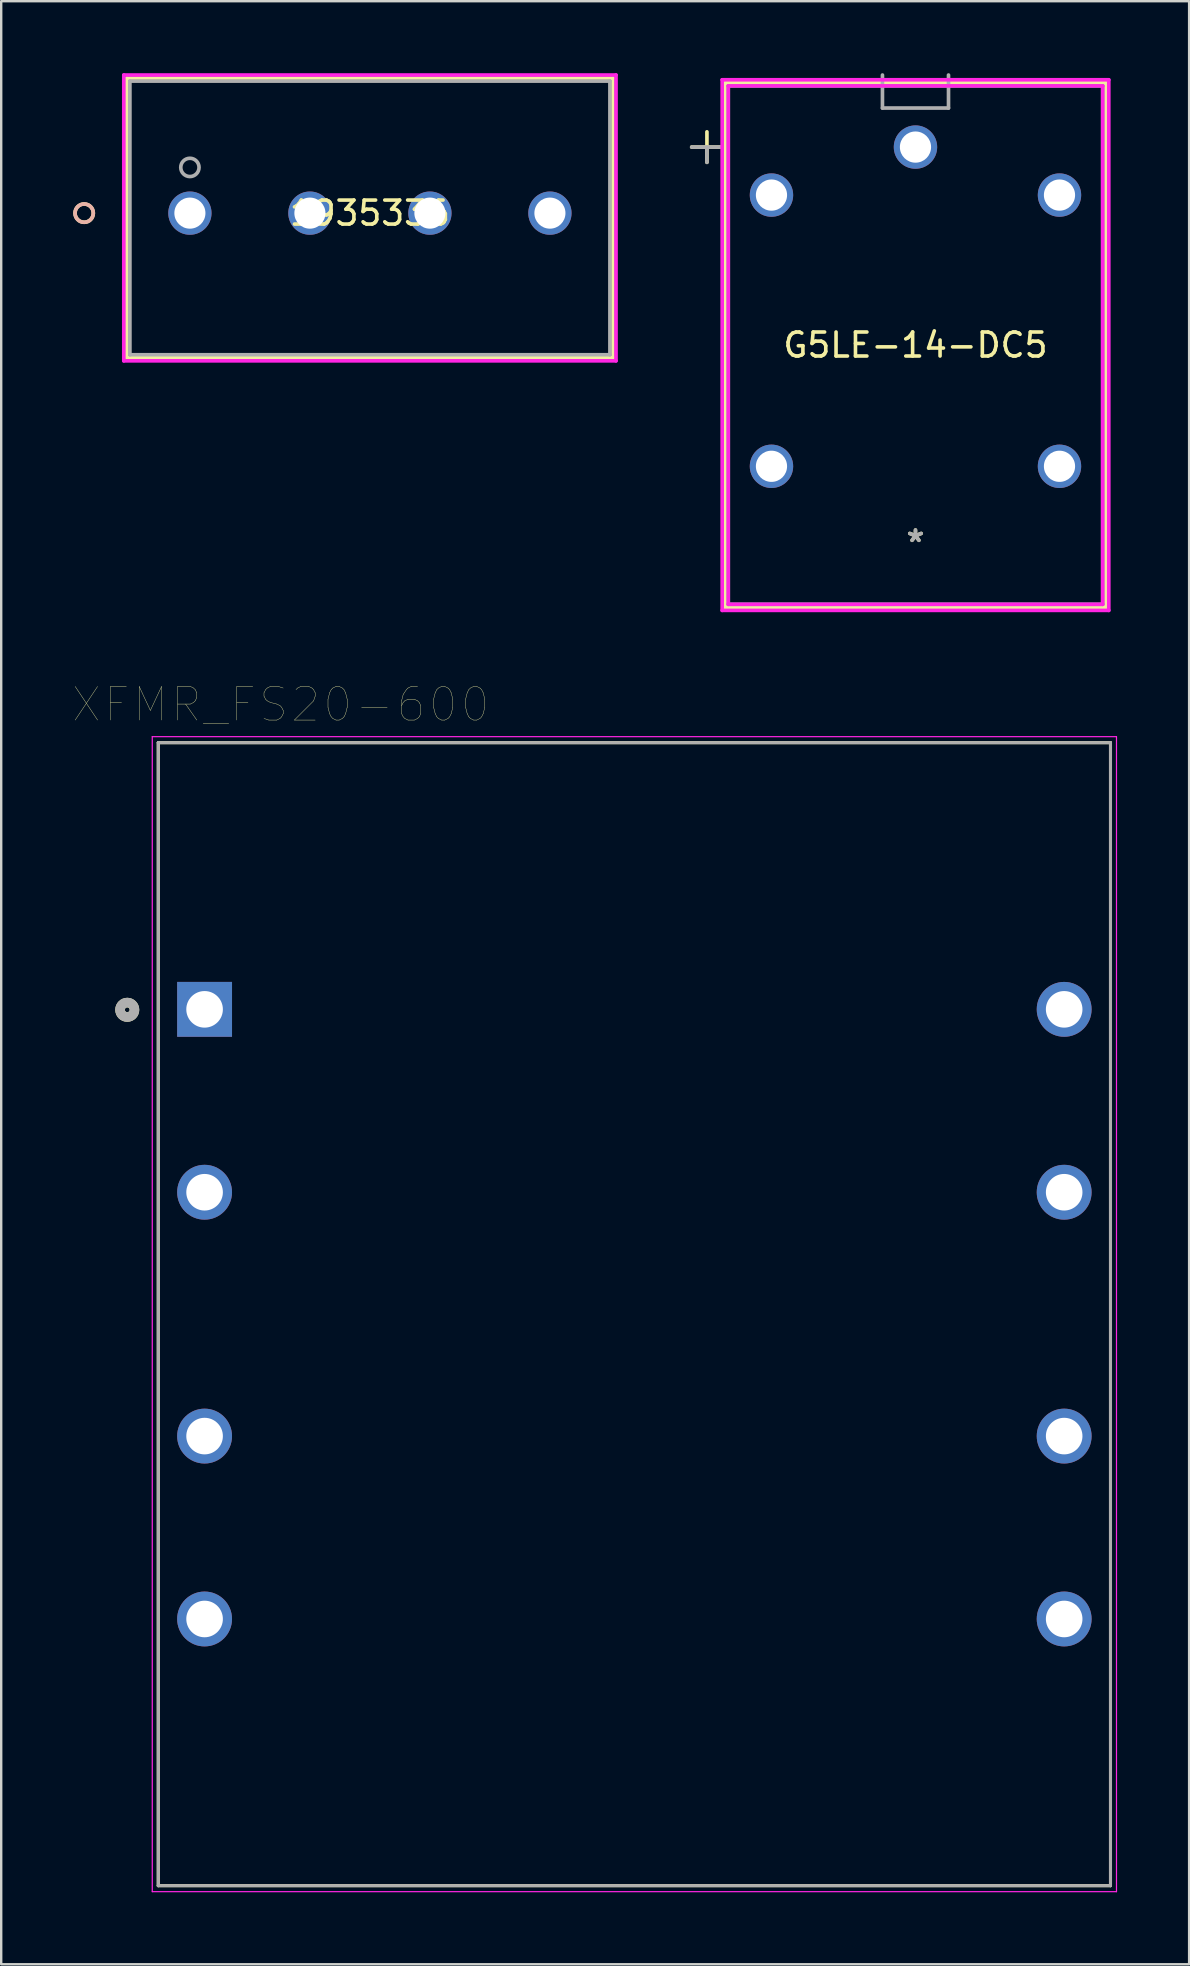
<source format=kicad_pcb>
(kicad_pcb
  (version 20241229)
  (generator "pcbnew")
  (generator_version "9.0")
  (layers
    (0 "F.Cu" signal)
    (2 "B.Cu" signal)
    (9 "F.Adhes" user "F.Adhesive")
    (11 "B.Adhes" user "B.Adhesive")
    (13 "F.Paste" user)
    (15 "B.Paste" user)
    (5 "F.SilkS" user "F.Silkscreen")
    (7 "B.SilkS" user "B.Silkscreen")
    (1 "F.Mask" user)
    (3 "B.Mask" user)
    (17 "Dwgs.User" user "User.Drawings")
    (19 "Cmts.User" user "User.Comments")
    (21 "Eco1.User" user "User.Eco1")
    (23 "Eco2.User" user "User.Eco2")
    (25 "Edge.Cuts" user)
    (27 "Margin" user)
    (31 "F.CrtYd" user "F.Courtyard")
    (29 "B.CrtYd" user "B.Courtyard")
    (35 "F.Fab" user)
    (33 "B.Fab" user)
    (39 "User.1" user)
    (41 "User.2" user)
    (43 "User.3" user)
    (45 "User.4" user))
  (footprint "G5LE-14-DC5"
    (layer "F.Cu")
    (at 35.093 19.578)
    (property "Reference" "G5LE-14-DC5" (at 0 -8.25 0) (layer "F.SilkS") (effects (font (size 1 1) (thickness 0.15))))
    (attr through_hole)
    (fp_line (start -9.324 -16.5) (end -8.054 -16.5) (stroke (width 0.152) (type solid)) (layer "F.SilkS"))
    (fp_line (start -8.689 -17.135) (end -8.689 -15.865) (stroke (width 0.152) (type solid)) (layer "F.SilkS"))
    (fp_line (start -7.927 -19.177) (end -7.927 2.677) (stroke (width 0.152) (type solid)) (layer "F.SilkS"))
    (fp_line (start 7.927 -19.177) (end -7.927 -19.177) (stroke (width 0.152) (type solid)) (layer "F.SilkS"))
    (fp_line (start 7.927 -19.177) (end 7.927 2.677) (stroke (width 0.152) (type solid)) (layer "F.SilkS"))
    (fp_line (start 7.927 2.677) (end -7.927 2.677) (stroke (width 0.152) (type solid)) (layer "F.SilkS"))
    (fp_line (start -8.054 -19.304) (end -8.054 2.804) (stroke (width 0.152) (type solid)) (layer "F.CrtYd"))
    (fp_line (start -8.054 2.804) (end 8.054 2.804) (stroke (width 0.152) (type solid)) (layer "F.CrtYd"))
    (fp_line (start -7.8 -19.05) (end 7.8 -19.05) (stroke (width 0.152) (type solid)) (layer "F.CrtYd"))
    (fp_line (start -7.8 2.55) (end -7.8 -19.05) (stroke (width 0.152) (type solid)) (layer "F.CrtYd"))
    (fp_line (start 7.8 -19.05) (end 7.8 2.55) (stroke (width 0.152) (type solid)) (layer "F.CrtYd"))
    (fp_line (start 7.8 2.55) (end -7.8 2.55) (stroke (width 0.152) (type solid)) (layer "F.CrtYd"))
    (fp_line (start 8.054 -19.304) (end -8.054 -19.304) (stroke (width 0.152) (type solid)) (layer "F.CrtYd"))
    (fp_line (start 8.054 2.804) (end 8.054 -19.304) (stroke (width 0.152) (type solid)) (layer "F.CrtYd"))
    (fp_line (start -9.324 -16.5) (end -8.054 -16.5) (stroke (width 0.152) (type solid)) (layer "F.Fab"))
    (fp_line (start -8.689 -16.5) (end -8.689 -15.865) (stroke (width 0.152) (type solid)) (layer "F.Fab"))
    (fp_line (start -7.8 -19.05) (end -7.8 2.55) (stroke (width 0.152) (type solid)) (layer "F.Fab"))
    (fp_line (start -1.376 -18.126) (end -1.376 -19.502) (stroke (width 0.152) (type solid)) (layer "F.Fab"))
    (fp_line (start 1.376 -19.502) (end 1.376 -18.126) (stroke (width 0.152) (type solid)) (layer "F.Fab"))
    (fp_line (start 1.376 -18.126) (end -1.376 -18.126) (stroke (width 0.152) (type solid)) (layer "F.Fab"))
    (fp_line (start 7.8 -19.05) (end -7.8 -19.05) (stroke (width 0.152) (type solid)) (layer "F.Fab"))
    (fp_line (start 7.8 -19.05) (end 7.8 2.55) (stroke (width 0.152) (type solid)) (layer "F.Fab"))
    (fp_line (start 7.8 2.55) (end -7.8 2.55) (stroke (width 0.152) (type solid)) (layer "F.Fab"))
    (fp_text user "*" (at 0 0 0) (layer "F.SilkS") (effects (font (size 1 1) (thickness 0.15))))
    (fp_text user "Copyright 2016 Accelerated Designs. All rights reserved." (at 0 0 0) (layer "Cmts.User") (effects (font (size 0.127 0.127) (thickness 0.002))))
    (fp_text user "*" (at 0 0 0) (layer "F.Fab") (effects (font (size 1 1) (thickness 0.15))))
    (pad "1" thru_hole circle (at 0 -16.5) (size 1.808 1.808) (drill 1.3) (layers "*.Cu" "*.Mask"))
    (pad "2" thru_hole circle (at -6 -14.5) (size 1.808 1.808) (drill 1.3) (layers "*.Cu" "*.Mask"))
    (pad "3" thru_hole circle (at -6 -3.2) (size 1.808 1.808) (drill 1.3) (layers "*.Cu" "*.Mask"))
    (pad "4" thru_hole circle (at 6 -3.2) (size 1.808 1.808) (drill 1.3) (layers "*.Cu" "*.Mask"))
    (pad "5" thru_hole circle (at 6 -14.5) (size 1.808 1.808) (drill 1.3) (layers "*.Cu" "*.Mask")))
  (footprint "XFMR_FS20-600"
    (layer "F.Cu")
    (at 23.381 51.704)
    (property "Reference" "XFMR_FS20-600" (at -14.732 -25.4 0) (layer "F.SilkS") (effects (font (size 1.4 1.4) (thickness 0.015))))
    (attr through_hole)
    (fp_line (start -19.837 -23.812) (end -19.837 23.812) (stroke (width 0.127) (type solid)) (layer "F.SilkS"))
    (fp_line (start -19.837 -23.812) (end 19.837 -23.812) (stroke (width 0.127) (type solid)) (layer "F.SilkS"))
    (fp_line (start 19.837 -23.812) (end 19.837 23.812) (stroke (width 0.127) (type solid)) (layer "F.SilkS"))
    (fp_line (start 19.837 23.812) (end -19.837 23.812) (stroke (width 0.127) (type solid)) (layer "F.SilkS"))
    (fp_circle (center -21.129 -12.681) (end -20.829 -12.681) (stroke (width 0.4) (type solid)) (fill no) (layer "F.SilkS"))
    (fp_line (start -20.087 -24.062) (end 20.087 -24.062) (stroke (width 0.05) (type solid)) (layer "F.CrtYd"))
    (fp_line (start -20.087 24.062) (end -20.087 -24.062) (stroke (width 0.05) (type solid)) (layer "F.CrtYd"))
    (fp_line (start 20.087 -24.062) (end 20.087 24.062) (stroke (width 0.05) (type solid)) (layer "F.CrtYd"))
    (fp_line (start 20.087 24.062) (end -20.087 24.062) (stroke (width 0.05) (type solid)) (layer "F.CrtYd"))
    (fp_line (start -19.837 -23.812) (end 19.837 -23.812) (stroke (width 0.127) (type solid)) (layer "F.Fab"))
    (fp_line (start -19.837 23.812) (end -19.837 -23.812) (stroke (width 0.127) (type solid)) (layer "F.Fab"))
    (fp_line (start 19.837 -23.812) (end 19.837 23.812) (stroke (width 0.127) (type solid)) (layer "F.Fab"))
    (fp_line (start 19.837 23.812) (end -19.837 23.812) (stroke (width 0.127) (type solid)) (layer "F.Fab"))
    (fp_circle (center -21.129 -12.681) (end -20.829 -12.681) (stroke (width 0.4) (type solid)) (fill no) (layer "F.Fab"))
    (pad "1" thru_hole rect (at -17.907 -12.7) (size 2.286 2.286) (drill 1.524) (layers "*.Cu" "*.Mask"))
    (pad "2" thru_hole circle (at -17.907 -5.08) (size 2.286 2.286) (drill 1.524) (layers "*.Cu" "*.Mask"))
    (pad "3" thru_hole circle (at -17.907 5.08) (size 2.286 2.286) (drill 1.524) (layers "*.Cu" "*.Mask"))
    (pad "4" thru_hole circle (at -17.907 12.7) (size 2.286 2.286) (drill 1.524) (layers "*.Cu" "*.Mask"))
    (pad "5" thru_hole circle (at 17.907 -12.7) (size 2.286 2.286) (drill 1.524) (layers "*.Cu" "*.Mask"))
    (pad "6" thru_hole circle (at 17.907 -5.08) (size 2.286 2.286) (drill 1.524) (layers "*.Cu" "*.Mask"))
    (pad "7" thru_hole circle (at 17.907 5.08) (size 2.286 2.286) (drill 1.524) (layers "*.Cu" "*.Mask"))
    (pad "8" thru_hole circle (at 17.907 12.7) (size 2.286 2.286) (drill 1.524) (layers "*.Cu" "*.Mask")))
  (footprint "1935336"
    (layer "F.Cu")
    (at 4.862 5.83)
    (property "Reference" "1935336" (at 7.5 0 0) (layer "F.SilkS") (effects (font (size 1 1) (thickness 0.15))))
    (attr through_hole)
    (fp_line (start -2.627 -5.627) (end -2.627 6.027) (stroke (width 0.152) (type solid)) (layer "F.SilkS"))
    (fp_line (start -2.627 6.027) (end 17.627 6.027) (stroke (width 0.152) (type solid)) (layer "F.SilkS"))
    (fp_line (start 17.627 -5.627) (end -2.627 -5.627) (stroke (width 0.152) (type solid)) (layer "F.SilkS"))
    (fp_line (start 17.627 6.027) (end 17.627 -5.627) (stroke (width 0.152) (type solid)) (layer "F.SilkS"))
    (fp_circle (center -4.405 0) (end -4.024 0) (stroke (width 0.152) (type solid)) (fill no) (layer "F.SilkS"))
    (fp_circle (center -4.405 0) (end -4.024 0) (stroke (width 0.152) (type solid)) (fill no) (layer "B.SilkS"))
    (fp_line (start -2.754 -5.754) (end -2.754 6.154) (stroke (width 0.152) (type solid)) (layer "F.CrtYd"))
    (fp_line (start -2.754 6.154) (end 17.754 6.154) (stroke (width 0.152) (type solid)) (layer "F.CrtYd"))
    (fp_line (start 17.754 -5.754) (end -2.754 -5.754) (stroke (width 0.152) (type solid)) (layer "F.CrtYd"))
    (fp_line (start 17.754 6.154) (end 17.754 -5.754) (stroke (width 0.152) (type solid)) (layer "F.CrtYd"))
    (fp_line (start -2.5 -5.5) (end -2.5 5.9) (stroke (width 0.152) (type solid)) (layer "F.Fab"))
    (fp_line (start -2.5 5.9) (end 17.5 5.9) (stroke (width 0.152) (type solid)) (layer "F.Fab"))
    (fp_line (start 17.5 -5.5) (end -2.5 -5.5) (stroke (width 0.152) (type solid)) (layer "F.Fab"))
    (fp_line (start 17.5 5.9) (end 17.5 -5.5) (stroke (width 0.152) (type solid)) (layer "F.Fab"))
    (fp_circle (center 0 -1.905) (end 0.381 -1.905) (stroke (width 0.152) (type solid)) (fill no) (layer "F.Fab"))
    (fp_text user "*" (at 0 0 0) (layer "F.SilkS") (effects (font (size 1 1) (thickness 0.15))))
    (fp_text user "Copyright 2016 Accelerated Designs. All rights reserved." (at 0 0 0) (layer "Cmts.User") (effects (font (size 0.127 0.127) (thickness 0.002))))
    (fp_text user "*" (at 0 0 0) (layer "F.Fab") (effects (font (size 1 1) (thickness 0.15))))
    (pad "1" thru_hole circle (at 0 0) (size 1.803 1.803) (drill 1.295) (layers "*.Cu" "*.Mask"))
    (pad "2" thru_hole circle (at 5 0) (size 1.803 1.803) (drill 1.295) (layers "*.Cu" "*.Mask"))
    (pad "3" thru_hole circle (at 10 0) (size 1.803 1.803) (drill 1.295) (layers "*.Cu" "*.Mask"))
    (pad "4" thru_hole circle (at 15 0) (size 1.803 1.803) (drill 1.295) (layers "*.Cu" "*.Mask")))
  (gr_rect
    (start -3 -3)
    (end 46.494 78.791)
    (stroke (width 0.1) (type default))
    (fill no)
    (layer "Edge.Cuts")))
</source>
